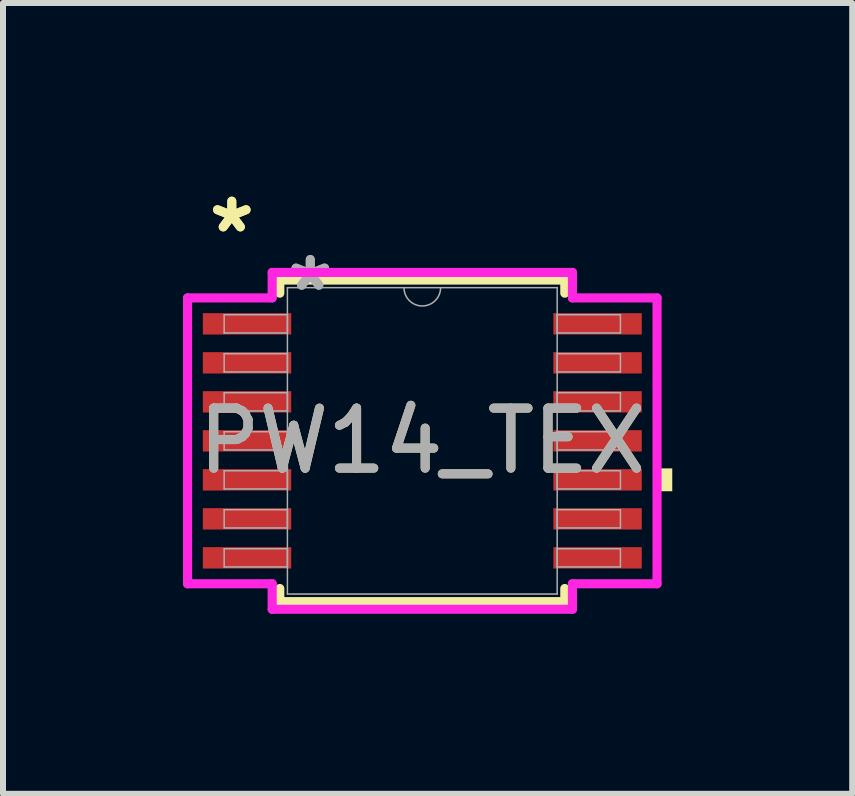
<source format=kicad_pcb>
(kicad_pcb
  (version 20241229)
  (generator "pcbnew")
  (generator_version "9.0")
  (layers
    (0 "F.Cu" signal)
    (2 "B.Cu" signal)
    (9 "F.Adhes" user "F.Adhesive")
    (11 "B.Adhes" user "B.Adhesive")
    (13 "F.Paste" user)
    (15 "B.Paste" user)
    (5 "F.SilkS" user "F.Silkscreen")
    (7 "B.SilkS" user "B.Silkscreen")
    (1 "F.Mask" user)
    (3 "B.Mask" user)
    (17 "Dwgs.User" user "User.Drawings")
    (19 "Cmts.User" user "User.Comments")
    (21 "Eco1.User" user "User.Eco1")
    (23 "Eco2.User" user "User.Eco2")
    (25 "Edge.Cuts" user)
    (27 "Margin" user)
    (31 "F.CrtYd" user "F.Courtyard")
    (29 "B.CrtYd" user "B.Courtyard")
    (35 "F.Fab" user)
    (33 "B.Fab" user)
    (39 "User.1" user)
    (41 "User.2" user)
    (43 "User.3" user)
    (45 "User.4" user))
  (footprint "PW14_TEX"
    (layer "F.Cu")
    (at 3.988 4.297)
    (property "Reference" "PW14_TEX" (at 0 0 0) (unlocked yes) (layer "F.SilkS") (effects (font (size 1 1) (thickness 0.15))))
    (attr smd)
    (fp_line (start -2.375 -2.68) (end -2.375 -2.461) (stroke (width 0.152) (type solid)) (layer "F.SilkS"))
    (fp_line (start -2.375 2.461) (end -2.375 2.68) (stroke (width 0.152) (type solid)) (layer "F.SilkS"))
    (fp_line (start -2.375 2.68) (end 2.375 2.68) (stroke (width 0.152) (type solid)) (layer "F.SilkS"))
    (fp_line (start 2.375 -2.68) (end -2.375 -2.68) (stroke (width 0.152) (type solid)) (layer "F.SilkS"))
    (fp_line (start 2.375 -2.461) (end 2.375 -2.68) (stroke (width 0.152) (type solid)) (layer "F.SilkS"))
    (fp_line (start 2.375 2.68) (end 2.375 2.461) (stroke (width 0.152) (type solid)) (layer "F.SilkS"))
    (fp_poly (pts (xy 4.166 0.459) (xy 4.166 0.84) (xy 3.912 0.84) (xy 3.912 0.459)) (stroke (width 0) (type solid)) (fill yes) (layer "F.SilkS"))
    (fp_line (start -3.912 -2.382) (end -2.502 -2.382) (stroke (width 0.152) (type solid)) (layer "F.CrtYd"))
    (fp_line (start -3.912 2.382) (end -3.912 -2.382) (stroke (width 0.152) (type solid)) (layer "F.CrtYd"))
    (fp_line (start -3.912 2.382) (end -2.502 2.382) (stroke (width 0.152) (type solid)) (layer "F.CrtYd"))
    (fp_line (start -2.502 -2.807) (end 2.502 -2.807) (stroke (width 0.152) (type solid)) (layer "F.CrtYd"))
    (fp_line (start -2.502 -2.382) (end -2.502 -2.807) (stroke (width 0.152) (type solid)) (layer "F.CrtYd"))
    (fp_line (start -2.502 2.807) (end -2.502 2.382) (stroke (width 0.152) (type solid)) (layer "F.CrtYd"))
    (fp_line (start 2.502 -2.807) (end 2.502 -2.382) (stroke (width 0.152) (type solid)) (layer "F.CrtYd"))
    (fp_line (start 2.502 2.382) (end 2.502 2.807) (stroke (width 0.152) (type solid)) (layer "F.CrtYd"))
    (fp_line (start 2.502 2.807) (end -2.502 2.807) (stroke (width 0.152) (type solid)) (layer "F.CrtYd"))
    (fp_line (start 3.912 -2.382) (end 2.502 -2.382) (stroke (width 0.152) (type solid)) (layer "F.CrtYd"))
    (fp_line (start 3.912 -2.382) (end 3.912 2.382) (stroke (width 0.152) (type solid)) (layer "F.CrtYd"))
    (fp_line (start 3.912 2.382) (end 2.502 2.382) (stroke (width 0.152) (type solid)) (layer "F.CrtYd"))
    (fp_line (start -3.302 -2.102) (end -3.302 -1.798) (stroke (width 0.025) (type solid)) (layer "F.Fab"))
    (fp_line (start -3.302 -1.798) (end -2.248 -1.798) (stroke (width 0.025) (type solid)) (layer "F.Fab"))
    (fp_line (start -3.302 -1.452) (end -3.302 -1.148) (stroke (width 0.025) (type solid)) (layer "F.Fab"))
    (fp_line (start -3.302 -1.148) (end -2.248 -1.148) (stroke (width 0.025) (type solid)) (layer "F.Fab"))
    (fp_line (start -3.302 -0.802) (end -3.302 -0.498) (stroke (width 0.025) (type solid)) (layer "F.Fab"))
    (fp_line (start -3.302 -0.498) (end -2.248 -0.498) (stroke (width 0.025) (type solid)) (layer "F.Fab"))
    (fp_line (start -3.302 -0.152) (end -3.302 0.152) (stroke (width 0.025) (type solid)) (layer "F.Fab"))
    (fp_line (start -3.302 0.152) (end -2.248 0.152) (stroke (width 0.025) (type solid)) (layer "F.Fab"))
    (fp_line (start -3.302 0.498) (end -3.302 0.802) (stroke (width 0.025) (type solid)) (layer "F.Fab"))
    (fp_line (start -3.302 0.802) (end -2.248 0.802) (stroke (width 0.025) (type solid)) (layer "F.Fab"))
    (fp_line (start -3.302 1.148) (end -3.302 1.452) (stroke (width 0.025) (type solid)) (layer "F.Fab"))
    (fp_line (start -3.302 1.452) (end -2.248 1.452) (stroke (width 0.025) (type solid)) (layer "F.Fab"))
    (fp_line (start -3.302 1.798) (end -3.302 2.102) (stroke (width 0.025) (type solid)) (layer "F.Fab"))
    (fp_line (start -3.302 2.102) (end -2.248 2.102) (stroke (width 0.025) (type solid)) (layer "F.Fab"))
    (fp_line (start -2.248 -2.553) (end -2.248 2.553) (stroke (width 0.025) (type solid)) (layer "F.Fab"))
    (fp_line (start -2.248 -2.102) (end -3.302 -2.102) (stroke (width 0.025) (type solid)) (layer "F.Fab"))
    (fp_line (start -2.248 -1.798) (end -2.248 -2.102) (stroke (width 0.025) (type solid)) (layer "F.Fab"))
    (fp_line (start -2.248 -1.452) (end -3.302 -1.452) (stroke (width 0.025) (type solid)) (layer "F.Fab"))
    (fp_line (start -2.248 -1.148) (end -2.248 -1.452) (stroke (width 0.025) (type solid)) (layer "F.Fab"))
    (fp_line (start -2.248 -0.802) (end -3.302 -0.802) (stroke (width 0.025) (type solid)) (layer "F.Fab"))
    (fp_line (start -2.248 -0.498) (end -2.248 -0.802) (stroke (width 0.025) (type solid)) (layer "F.Fab"))
    (fp_line (start -2.248 -0.152) (end -3.302 -0.152) (stroke (width 0.025) (type solid)) (layer "F.Fab"))
    (fp_line (start -2.248 0.152) (end -2.248 -0.152) (stroke (width 0.025) (type solid)) (layer "F.Fab"))
    (fp_line (start -2.248 0.498) (end -3.302 0.498) (stroke (width 0.025) (type solid)) (layer "F.Fab"))
    (fp_line (start -2.248 0.802) (end -2.248 0.498) (stroke (width 0.025) (type solid)) (layer "F.Fab"))
    (fp_line (start -2.248 1.148) (end -3.302 1.148) (stroke (width 0.025) (type solid)) (layer "F.Fab"))
    (fp_line (start -2.248 1.452) (end -2.248 1.148) (stroke (width 0.025) (type solid)) (layer "F.Fab"))
    (fp_line (start -2.248 1.798) (end -3.302 1.798) (stroke (width 0.025) (type solid)) (layer "F.Fab"))
    (fp_line (start -2.248 2.102) (end -2.248 1.798) (stroke (width 0.025) (type solid)) (layer "F.Fab"))
    (fp_line (start -2.248 2.553) (end 2.248 2.553) (stroke (width 0.025) (type solid)) (layer "F.Fab"))
    (fp_line (start 2.248 -2.553) (end -2.248 -2.553) (stroke (width 0.025) (type solid)) (layer "F.Fab"))
    (fp_line (start 2.248 -2.102) (end 2.248 -1.798) (stroke (width 0.025) (type solid)) (layer "F.Fab"))
    (fp_line (start 2.248 -1.798) (end 3.302 -1.798) (stroke (width 0.025) (type solid)) (layer "F.Fab"))
    (fp_line (start 2.248 -1.452) (end 2.248 -1.148) (stroke (width 0.025) (type solid)) (layer "F.Fab"))
    (fp_line (start 2.248 -1.148) (end 3.302 -1.148) (stroke (width 0.025) (type solid)) (layer "F.Fab"))
    (fp_line (start 2.248 -0.802) (end 2.248 -0.498) (stroke (width 0.025) (type solid)) (layer "F.Fab"))
    (fp_line (start 2.248 -0.498) (end 3.302 -0.498) (stroke (width 0.025) (type solid)) (layer "F.Fab"))
    (fp_line (start 2.248 -0.152) (end 2.248 0.152) (stroke (width 0.025) (type solid)) (layer "F.Fab"))
    (fp_line (start 2.248 0.152) (end 3.302 0.152) (stroke (width 0.025) (type solid)) (layer "F.Fab"))
    (fp_line (start 2.248 0.498) (end 2.248 0.802) (stroke (width 0.025) (type solid)) (layer "F.Fab"))
    (fp_line (start 2.248 0.802) (end 3.302 0.802) (stroke (width 0.025) (type solid)) (layer "F.Fab"))
    (fp_line (start 2.248 1.148) (end 2.248 1.452) (stroke (width 0.025) (type solid)) (layer "F.Fab"))
    (fp_line (start 2.248 1.452) (end 3.302 1.452) (stroke (width 0.025) (type solid)) (layer "F.Fab"))
    (fp_line (start 2.248 1.798) (end 2.248 2.102) (stroke (width 0.025) (type solid)) (layer "F.Fab"))
    (fp_line (start 2.248 2.102) (end 3.302 2.102) (stroke (width 0.025) (type solid)) (layer "F.Fab"))
    (fp_line (start 2.248 2.553) (end 2.248 -2.553) (stroke (width 0.025) (type solid)) (layer "F.Fab"))
    (fp_line (start 3.302 -2.102) (end 2.248 -2.102) (stroke (width 0.025) (type solid)) (layer "F.Fab"))
    (fp_line (start 3.302 -1.798) (end 3.302 -2.102) (stroke (width 0.025) (type solid)) (layer "F.Fab"))
    (fp_line (start 3.302 -1.452) (end 2.248 -1.452) (stroke (width 0.025) (type solid)) (layer "F.Fab"))
    (fp_line (start 3.302 -1.148) (end 3.302 -1.452) (stroke (width 0.025) (type solid)) (layer "F.Fab"))
    (fp_line (start 3.302 -0.802) (end 2.248 -0.802) (stroke (width 0.025) (type solid)) (layer "F.Fab"))
    (fp_line (start 3.302 -0.498) (end 3.302 -0.802) (stroke (width 0.025) (type solid)) (layer "F.Fab"))
    (fp_line (start 3.302 -0.152) (end 2.248 -0.152) (stroke (width 0.025) (type solid)) (layer "F.Fab"))
    (fp_line (start 3.302 0.152) (end 3.302 -0.152) (stroke (width 0.025) (type solid)) (layer "F.Fab"))
    (fp_line (start 3.302 0.498) (end 2.248 0.498) (stroke (width 0.025) (type solid)) (layer "F.Fab"))
    (fp_line (start 3.302 0.802) (end 3.302 0.498) (stroke (width 0.025) (type solid)) (layer "F.Fab"))
    (fp_line (start 3.302 1.148) (end 2.248 1.148) (stroke (width 0.025) (type solid)) (layer "F.Fab"))
    (fp_line (start 3.302 1.452) (end 3.302 1.148) (stroke (width 0.025) (type solid)) (layer "F.Fab"))
    (fp_line (start 3.302 1.798) (end 2.248 1.798) (stroke (width 0.025) (type solid)) (layer "F.Fab"))
    (fp_line (start 3.302 2.102) (end 3.302 1.798) (stroke (width 0.025) (type solid)) (layer "F.Fab"))
    (fp_arc (start 0.3048 -2.5527) (mid 0 -2.2479) (end -0.3048 -2.5527) (stroke (width 0.0254) (type solid)) (layer "F.Fab"))
    (fp_text user "*" (at -3.175 -3.449 0) (unlocked yes) (layer "F.SilkS") (effects (font (size 1 1) (thickness 0.15))))
    (fp_text user "*" (at -3.175 -3.449 0) (layer "F.SilkS") (effects (font (size 1 1) (thickness 0.15))))
    (fp_text user "*" (at -1.867 -2.477 0) (layer "F.Fab") (effects (font (size 1 1) (thickness 0.15))))
    (fp_text user "${REFERENCE}" (at 0 0 0) (unlocked yes) (layer "F.Fab") (effects (font (size 1 1) (thickness 0.15))))
    (fp_text user "*" (at -1.867 -2.477 0) (unlocked yes) (layer "F.Fab") (effects (font (size 1 1) (thickness 0.15))))
    (pad "1" smd rect (at -2.921 -1.95) (size 1.473 0.356) (layers "F.Cu" "F.Mask" "F.Paste"))
    (pad "2" smd rect (at -2.921 -1.3) (size 1.473 0.356) (layers "F.Cu" "F.Mask" "F.Paste"))
    (pad "3" smd rect (at -2.921 -0.65) (size 1.473 0.356) (layers "F.Cu" "F.Mask" "F.Paste"))
    (pad "4" smd rect (at -2.921 0) (size 1.473 0.356) (layers "F.Cu" "F.Mask" "F.Paste"))
    (pad "5" smd rect (at -2.921 0.65) (size 1.473 0.356) (layers "F.Cu" "F.Mask" "F.Paste"))
    (pad "6" smd rect (at -2.921 1.3) (size 1.473 0.356) (layers "F.Cu" "F.Mask" "F.Paste"))
    (pad "7" smd rect (at -2.921 1.95) (size 1.473 0.356) (layers "F.Cu" "F.Mask" "F.Paste"))
    (pad "8" smd rect (at 2.921 1.95) (size 1.473 0.356) (layers "F.Cu" "F.Mask" "F.Paste"))
    (pad "9" smd rect (at 2.921 1.3) (size 1.473 0.356) (layers "F.Cu" "F.Mask" "F.Paste"))
    (pad "10" smd rect (at 2.921 0.65) (size 1.473 0.356) (layers "F.Cu" "F.Mask" "F.Paste"))
    (pad "11" smd rect (at 2.921 0) (size 1.473 0.356) (layers "F.Cu" "F.Mask" "F.Paste"))
    (pad "12" smd rect (at 2.921 -0.65) (size 1.473 0.356) (layers "F.Cu" "F.Mask" "F.Paste"))
    (pad "13" smd rect (at 2.921 -1.3) (size 1.473 0.356) (layers "F.Cu" "F.Mask" "F.Paste"))
    (pad "14" smd rect (at 2.921 -1.95) (size 1.473 0.356) (layers "F.Cu" "F.Mask" "F.Paste")))
  (gr_rect
    (start -3 -3)
    (end 11.153 10.18)
    (stroke (width 0.1) (type default))
    (fill no)
    (layer "Edge.Cuts")))
</source>
